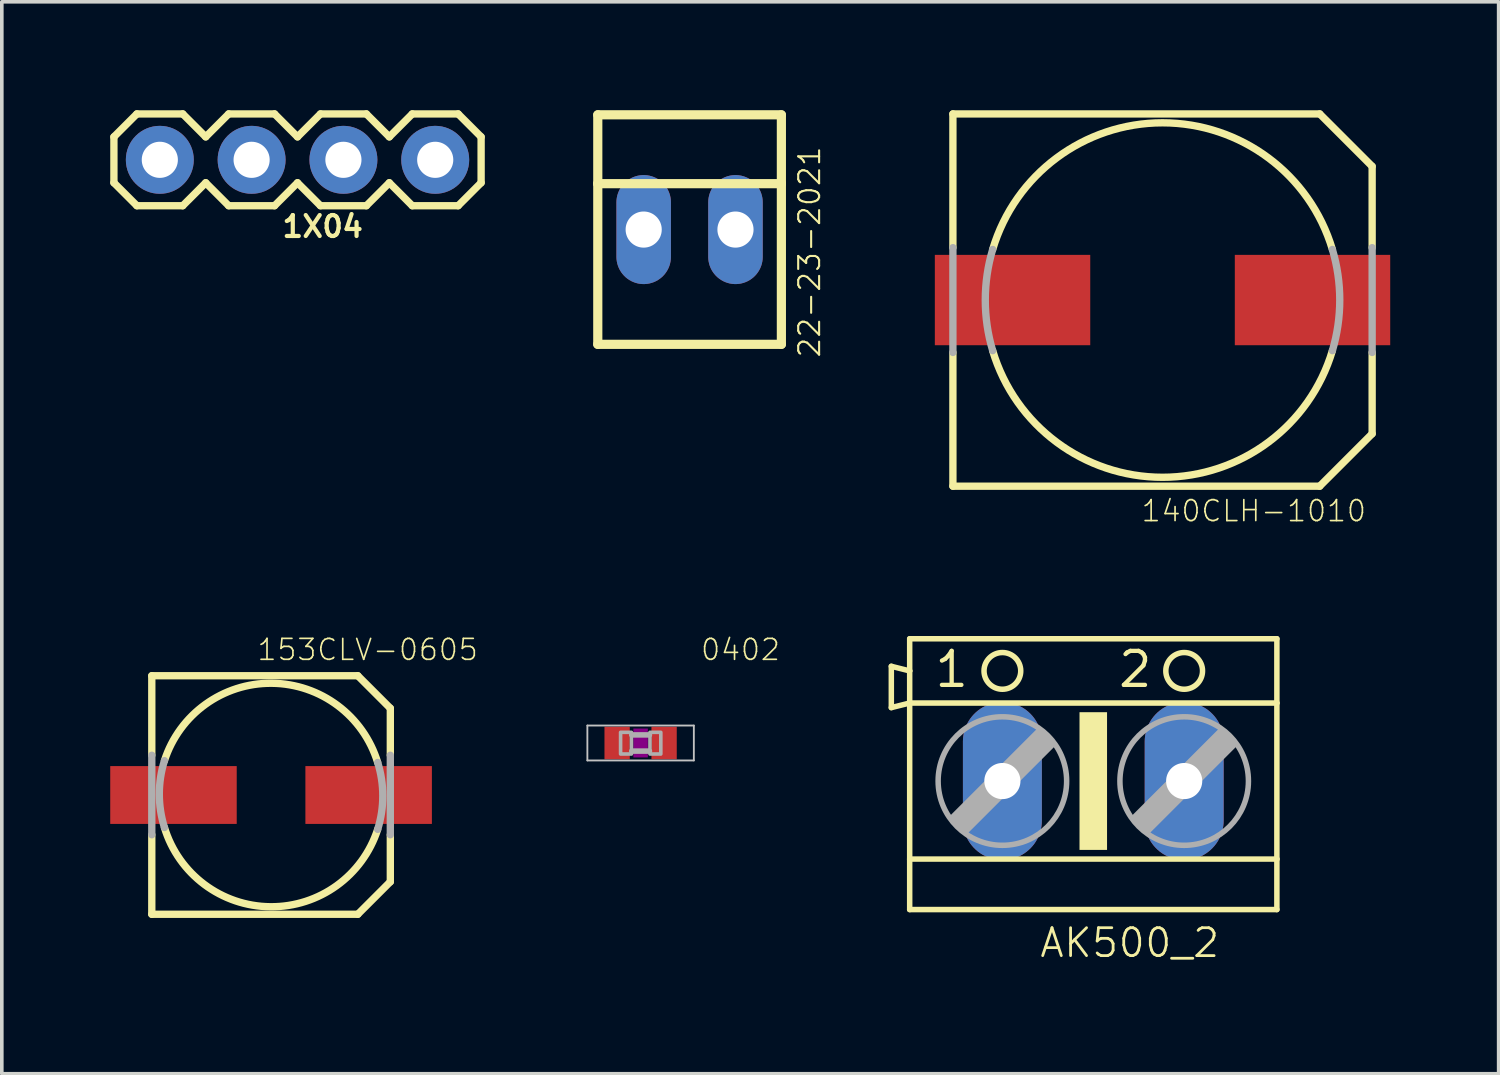
<source format=kicad_pcb>
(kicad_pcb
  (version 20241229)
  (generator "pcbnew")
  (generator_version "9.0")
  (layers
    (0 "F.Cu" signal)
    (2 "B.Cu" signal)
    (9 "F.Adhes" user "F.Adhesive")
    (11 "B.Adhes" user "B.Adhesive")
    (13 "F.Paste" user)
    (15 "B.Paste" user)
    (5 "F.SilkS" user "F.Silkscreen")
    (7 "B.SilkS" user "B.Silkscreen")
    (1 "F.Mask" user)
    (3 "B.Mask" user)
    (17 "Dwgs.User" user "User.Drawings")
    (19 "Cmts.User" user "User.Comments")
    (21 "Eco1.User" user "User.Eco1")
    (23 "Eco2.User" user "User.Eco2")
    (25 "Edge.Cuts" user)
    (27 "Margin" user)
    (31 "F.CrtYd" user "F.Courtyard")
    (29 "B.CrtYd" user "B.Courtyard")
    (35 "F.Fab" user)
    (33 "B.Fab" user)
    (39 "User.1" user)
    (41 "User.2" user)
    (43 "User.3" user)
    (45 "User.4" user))
  (footprint "1X04"
    (layer "F.Cu")
    (at 1.372 1.372)
    (property "Reference" "1X04" (at 3.327 2.184 180) (layer "F.SilkS") (effects (font (size 0.579 0.579) (thickness 0.116)) (justify left bottom)))
    (attr through_hole)
    (fp_line (start -1.27 -0.635) (end -1.27 0.635) (stroke (width 0.203) (type solid)) (layer "F.SilkS"))
    (fp_line (start -1.27 0.635) (end -0.635 1.27) (stroke (width 0.203) (type solid)) (layer "F.SilkS"))
    (fp_line (start -0.635 -1.27) (end -1.27 -0.635) (stroke (width 0.203) (type solid)) (layer "F.SilkS"))
    (fp_line (start -0.635 -1.27) (end 0.635 -1.27) (stroke (width 0.203) (type solid)) (layer "F.SilkS"))
    (fp_line (start 0.635 -1.27) (end 1.27 -0.635) (stroke (width 0.203) (type solid)) (layer "F.SilkS"))
    (fp_line (start 0.635 1.27) (end -0.635 1.27) (stroke (width 0.203) (type solid)) (layer "F.SilkS"))
    (fp_line (start 1.27 -0.635) (end 1.905 -1.27) (stroke (width 0.203) (type solid)) (layer "F.SilkS"))
    (fp_line (start 1.27 0.635) (end 0.635 1.27) (stroke (width 0.203) (type solid)) (layer "F.SilkS"))
    (fp_line (start 1.905 -1.27) (end 3.175 -1.27) (stroke (width 0.203) (type solid)) (layer "F.SilkS"))
    (fp_line (start 1.905 1.27) (end 1.27 0.635) (stroke (width 0.203) (type solid)) (layer "F.SilkS"))
    (fp_line (start 3.175 -1.27) (end 3.81 -0.635) (stroke (width 0.203) (type solid)) (layer "F.SilkS"))
    (fp_line (start 3.175 1.27) (end 1.905 1.27) (stroke (width 0.203) (type solid)) (layer "F.SilkS"))
    (fp_line (start 3.81 -0.635) (end 4.445 -1.27) (stroke (width 0.203) (type solid)) (layer "F.SilkS"))
    (fp_line (start 3.81 0.635) (end 3.175 1.27) (stroke (width 0.203) (type solid)) (layer "F.SilkS"))
    (fp_line (start 4.445 -1.27) (end 5.715 -1.27) (stroke (width 0.203) (type solid)) (layer "F.SilkS"))
    (fp_line (start 4.445 1.27) (end 3.81 0.635) (stroke (width 0.203) (type solid)) (layer "F.SilkS"))
    (fp_line (start 5.715 -1.27) (end 6.35 -0.635) (stroke (width 0.203) (type solid)) (layer "F.SilkS"))
    (fp_line (start 5.715 1.27) (end 4.445 1.27) (stroke (width 0.203) (type solid)) (layer "F.SilkS"))
    (fp_line (start 6.35 0.635) (end 5.715 1.27) (stroke (width 0.203) (type solid)) (layer "F.SilkS"))
    (fp_line (start 6.35 0.635) (end 6.985 1.27) (stroke (width 0.203) (type solid)) (layer "F.SilkS"))
    (fp_line (start 6.985 -1.27) (end 6.35 -0.635) (stroke (width 0.203) (type solid)) (layer "F.SilkS"))
    (fp_line (start 6.985 -1.27) (end 8.255 -1.27) (stroke (width 0.203) (type solid)) (layer "F.SilkS"))
    (fp_line (start 8.255 -1.27) (end 8.89 -0.635) (stroke (width 0.203) (type solid)) (layer "F.SilkS"))
    (fp_line (start 8.255 1.27) (end 6.985 1.27) (stroke (width 0.203) (type solid)) (layer "F.SilkS"))
    (fp_line (start 8.89 -0.635) (end 8.89 0.635) (stroke (width 0.203) (type solid)) (layer "F.SilkS"))
    (fp_line (start 8.89 0.635) (end 8.255 1.27) (stroke (width 0.203) (type solid)) (layer "F.SilkS"))
    (fp_poly (pts (xy -0.254 0.254) (xy 0.254 0.254) (xy 0.254 -0.254) (xy -0.254 -0.254)) (stroke (width 0.1) (type solid)) (fill no) (layer "F.Fab"))
    (fp_poly (pts (xy 2.286 0.254) (xy 2.794 0.254) (xy 2.794 -0.254) (xy 2.286 -0.254)) (stroke (width 0.1) (type solid)) (fill no) (layer "F.Fab"))
    (fp_poly (pts (xy 4.826 0.254) (xy 5.334 0.254) (xy 5.334 -0.254) (xy 4.826 -0.254)) (stroke (width 0.1) (type solid)) (fill no) (layer "F.Fab"))
    (fp_poly (pts (xy 7.366 0.254) (xy 7.874 0.254) (xy 7.874 -0.254) (xy 7.366 -0.254)) (stroke (width 0.1) (type solid)) (fill no) (layer "F.Fab"))
    (pad "1" thru_hole circle (at 0 0 90) (size 1.88 1.88) (drill 1) (layers "*.Cu" "*.Mask"))
    (pad "2" thru_hole circle (at 2.54 0 90) (size 1.88 1.88) (drill 1) (layers "*.Cu" "*.Mask"))
    (pad "3" thru_hole circle (at 5.08 0 90) (size 1.88 1.88) (drill 1) (layers "*.Cu" "*.Mask"))
    (pad "4" thru_hole circle (at 7.62 0 90) (size 1.88 1.88) (drill 1) (layers "*.Cu" "*.Mask")))
  (footprint "22-23-2021"
    (layer "F.Cu")
    (at 16.03 3.302)
    (property "Reference" "22-23-2021" (at 3.658 3.581 90) (layer "F.SilkS") (effects (font (size 0.579 0.579) (thickness 0.058)) (justify left bottom)))
    (attr through_hole)
    (fp_line (start -2.54 -3.175) (end 2.54 -3.175) (stroke (width 0.254) (type solid)) (layer "F.SilkS"))
    (fp_line (start -2.54 -1.27) (end -2.54 -3.175) (stroke (width 0.254) (type solid)) (layer "F.SilkS"))
    (fp_line (start -2.54 -1.27) (end 2.54 -1.27) (stroke (width 0.254) (type solid)) (layer "F.SilkS"))
    (fp_line (start -2.54 3.175) (end -2.54 -1.27) (stroke (width 0.254) (type solid)) (layer "F.SilkS"))
    (fp_line (start 2.54 -3.175) (end 2.54 -1.27) (stroke (width 0.254) (type solid)) (layer "F.SilkS"))
    (fp_line (start 2.54 -1.27) (end 2.54 3.175) (stroke (width 0.254) (type solid)) (layer "F.SilkS"))
    (fp_line (start 2.54 3.175) (end -2.54 3.175) (stroke (width 0.254) (type solid)) (layer "F.SilkS"))
    (pad "1" thru_hole oval (at -1.27 0 90) (size 3.016 1.508) (drill 1) (layers "*.Cu" "*.Mask"))
    (pad "2" thru_hole oval (at 1.27 0 90) (size 3.016 1.508) (drill 1) (layers "*.Cu" "*.Mask")))
  (footprint "140CLH-1010"
    (layer "F.Cu")
    (at 29.116 5.252)
    (property "Reference" "140CLH-1010" (at -0.621 6.174 180) (layer "F.SilkS") (effects (font (size 0.579 0.579) (thickness 0.046)) (justify left bottom)))
    (attr through_hole)
    (fp_line (start -5.8 -5.15) (end 4.35 -5.15) (stroke (width 0.203) (type solid)) (layer "F.SilkS"))
    (fp_line (start -5.8 -1.45) (end -5.8 -5.15) (stroke (width 0.203) (type solid)) (layer "F.SilkS"))
    (fp_line (start -5.8 5.15) (end -5.8 1.45) (stroke (width 0.203) (type solid)) (layer "F.SilkS"))
    (fp_line (start 4.35 5.15) (end -5.8 5.15) (stroke (width 0.203) (type solid)) (layer "F.SilkS"))
    (fp_line (start 5.8 -3.7) (end 4.35 -5.15) (stroke (width 0.203) (type solid)) (layer "F.SilkS"))
    (fp_line (start 5.8 -3.7) (end 5.8 -1.45) (stroke (width 0.203) (type solid)) (layer "F.SilkS"))
    (fp_line (start 5.8 1.45) (end 5.8 3.7) (stroke (width 0.203) (type solid)) (layer "F.SilkS"))
    (fp_line (start 5.8 3.7) (end 4.35 5.15) (stroke (width 0.203) (type solid)) (layer "F.SilkS"))
    (fp_arc (start -4.7 -1.4) (mid 0 -4.90408) (end 4.7 -1.4) (stroke (width 0.2032) (type solid)) (layer "F.SilkS"))
    (fp_arc (start 4.7 1.4) (mid 0 4.90408) (end -4.7 1.4) (stroke (width 0.2032) (type solid)) (layer "F.SilkS"))
    (fp_line (start -5.8 1.45) (end -5.8 -1.45) (stroke (width 0.203) (type solid)) (layer "F.Fab"))
    (fp_line (start 5.8 -1.45) (end 5.8 1.45) (stroke (width 0.203) (type solid)) (layer "F.Fab"))
    (fp_arc (start -4.7 1.4) (mid -4.90408 0) (end -4.7 -1.4) (stroke (width 0.2032) (type solid)) (layer "F.Fab"))
    (fp_arc (start 4.7 -1.4) (mid 4.90408 0) (end 4.7 1.4) (stroke (width 0.2032) (type solid)) (layer "F.Fab"))
    (pad "+" smd rect (at 4.15 0) (size 4.3 2.5) (layers "F.Cu" "F.Mask" "F.Paste"))
    (pad "-" smd rect (at -4.15 0) (size 4.3 2.5) (layers "F.Cu" "F.Mask" "F.Paste")))
  (footprint "0402"
    (layer "F.Cu")
    (at 14.675 17.508)
    (property "Reference" "0402" (at 1.631 -2.242 0) (layer "F.SilkS") (effects (font (size 0.579 0.579) (thickness 0.046)) (justify left bottom)))
    (attr through_hole)
    (fp_poly (pts (xy -0.2 0.4) (xy 0.2 0.4) (xy 0.2 -0.4) (xy -0.2 -0.4)) (stroke (width 0) (type solid)) (fill yes) (layer "F.Adhes"))
    (fp_line (start -1.473 -0.483) (end 1.473 -0.483) (stroke (width 0.051) (type solid)) (layer "Dwgs.User"))
    (fp_line (start -1.473 0.483) (end -1.473 -0.483) (stroke (width 0.051) (type solid)) (layer "Dwgs.User"))
    (fp_line (start 1.473 -0.483) (end 1.473 0.483) (stroke (width 0.051) (type solid)) (layer "Dwgs.User"))
    (fp_line (start 1.473 0.483) (end -1.473 0.483) (stroke (width 0.051) (type solid)) (layer "Dwgs.User"))
    (fp_line (start -0.245 -0.224) (end 0.245 -0.224) (stroke (width 0.152) (type solid)) (layer "F.Fab"))
    (fp_line (start 0.245 0.224) (end -0.245 0.224) (stroke (width 0.152) (type solid)) (layer "F.Fab"))
    (fp_poly (pts (xy -0.554 0.305) (xy -0.254 0.305) (xy -0.254 -0.295) (xy -0.554 -0.295)) (stroke (width 0.1) (type solid)) (fill no) (layer "F.Fab"))
    (fp_poly (pts (xy 0.259 0.305) (xy 0.559 0.305) (xy 0.559 -0.295) (xy 0.259 -0.295)) (stroke (width 0.1) (type solid)) (fill no) (layer "F.Fab"))
    (pad "1" smd rect (at -0.65 0) (size 0.7 0.9) (layers "F.Cu" "F.Mask" "F.Paste"))
    (pad "2" smd rect (at 0.65 0) (size 0.7 0.9) (layers "F.Cu" "F.Mask" "F.Paste")))
  (footprint "153CLV-0605"
    (layer "F.Cu")
    (at 4.45 18.947)
    (property "Reference" "153CLV-0605" (at -0.418 -3.681 180) (layer "F.SilkS") (effects (font (size 0.579 0.579) (thickness 0.046)) (justify left bottom)))
    (attr through_hole)
    (fp_line (start -3.3 -3.3) (end 2.4 -3.3) (stroke (width 0.203) (type solid)) (layer "F.SilkS"))
    (fp_line (start -3.3 -1.1) (end -3.3 -3.3) (stroke (width 0.203) (type solid)) (layer "F.SilkS"))
    (fp_line (start -3.3 3.3) (end -3.3 1.1) (stroke (width 0.203) (type solid)) (layer "F.SilkS"))
    (fp_line (start 2.4 -3.3) (end 3.3 -2.4) (stroke (width 0.203) (type solid)) (layer "F.SilkS"))
    (fp_line (start 2.4 3.3) (end -3.3 3.3) (stroke (width 0.203) (type solid)) (layer "F.SilkS"))
    (fp_line (start 3.3 -2.4) (end 3.3 -1.1) (stroke (width 0.203) (type solid)) (layer "F.SilkS"))
    (fp_line (start 3.3 1.1) (end 3.3 2.4) (stroke (width 0.203) (type solid)) (layer "F.SilkS"))
    (fp_line (start 3.3 2.4) (end 2.4 3.3) (stroke (width 0.203) (type solid)) (layer "F.SilkS"))
    (fp_arc (start -2.95 -0.95) (mid 0.018362 -3.091623) (end 2.950002 -0.900001) (stroke (width 0.2032) (type solid)) (layer "F.SilkS"))
    (fp_arc (start 2.949998 0.949999) (mid -0.018362 3.09162) (end -2.95 0.9) (stroke (width 0.2032) (type solid)) (layer "F.SilkS"))
    (fp_line (start -3.3 1.1) (end -3.3 -1.1) (stroke (width 0.203) (type solid)) (layer "F.Fab"))
    (fp_line (start 3.3 -1.1) (end 3.3 1.1) (stroke (width 0.203) (type solid)) (layer "F.Fab"))
    (fp_arc (start -2.95 0.9) (mid -3.091622 -0.025) (end -2.95 -0.95) (stroke (width 0.2032) (type solid)) (layer "F.Fab"))
    (fp_arc (start 2.95 -0.9) (mid 3.091622 0.025) (end 2.95 0.95) (stroke (width 0.2032) (type solid)) (layer "F.Fab"))
    (pad "+" smd rect (at 2.7 0) (size 3.5 1.6) (layers "F.Cu" "F.Mask" "F.Paste"))
    (pad "-" smd rect (at -2.7 0) (size 3.5 1.6) (layers "F.Cu" "F.Mask" "F.Paste")))
  (footprint "AK500_2"
    (layer "F.Cu")
    (at 27.2 18.561)
    (property "Reference" "AK500_2" (at -1.524 4.928 0) (layer "F.SilkS") (effects (font (size 0.772 0.772) (thickness 0.077)) (justify left bottom)))
    (attr through_hole)
    (fp_line (start -5.588 -3.175) (end -5.588 -2.032) (stroke (width 0.152) (type solid)) (layer "F.SilkS"))
    (fp_line (start -5.588 -2.032) (end -5.08 -2.159) (stroke (width 0.152) (type solid)) (layer "F.SilkS"))
    (fp_line (start -5.08 -3.048) (end -5.588 -3.175) (stroke (width 0.152) (type solid)) (layer "F.SilkS"))
    (fp_line (start -5.08 -3.048) (end -5.08 -3.937) (stroke (width 0.152) (type solid)) (layer "F.SilkS"))
    (fp_line (start -5.08 -2.159) (end -5.08 -3.048) (stroke (width 0.152) (type solid)) (layer "F.SilkS"))
    (fp_line (start -5.08 -2.159) (end 5.08 -2.159) (stroke (width 0.152) (type solid)) (layer "F.SilkS"))
    (fp_line (start -5.08 2.159) (end -5.08 -2.159) (stroke (width 0.152) (type solid)) (layer "F.SilkS"))
    (fp_line (start -5.08 2.159) (end 5.08 2.159) (stroke (width 0.152) (type solid)) (layer "F.SilkS"))
    (fp_line (start -5.08 3.556) (end -5.08 2.159) (stroke (width 0.152) (type solid)) (layer "F.SilkS"))
    (fp_line (start -5.08 3.556) (end 5.08 3.556) (stroke (width 0.152) (type solid)) (layer "F.SilkS"))
    (fp_line (start 5.08 -3.937) (end -5.08 -3.937) (stroke (width 0.152) (type solid)) (layer "F.SilkS"))
    (fp_line (start 5.08 -3.937) (end 5.08 -2.159) (stroke (width 0.152) (type solid)) (layer "F.SilkS"))
    (fp_line (start 5.08 -2.159) (end 5.08 2.159) (stroke (width 0.152) (type solid)) (layer "F.SilkS"))
    (fp_line (start 5.08 2.159) (end 5.08 3.556) (stroke (width 0.152) (type solid)) (layer "F.SilkS"))
    (fp_circle (center -2.515 -3.048) (end -2.007 -3.048) (stroke (width 0.152) (type solid)) (fill no) (layer "F.SilkS"))
    (fp_circle (center 2.515 -3.048) (end 3.023 -3.048) (stroke (width 0.152) (type solid)) (fill no) (layer "F.SilkS"))
    (fp_poly (pts (xy -0.381 1.905) (xy 0.381 1.905) (xy 0.381 -1.905) (xy -0.381 -1.905)) (stroke (width 0) (type solid)) (fill yes) (layer "F.SilkS"))
    (fp_line (start -3.912 1.016) (end -3.531 1.397) (stroke (width 0.152) (type solid)) (layer "F.Fab"))
    (fp_line (start -3.912 1.016) (end -1.499 -1.397) (stroke (width 0.152) (type solid)) (layer "F.Fab"))
    (fp_line (start -3.531 1.016) (end -1.499 -1.016) (stroke (width 0.61) (type solid)) (layer "F.Fab"))
    (fp_line (start -3.531 1.397) (end -1.118 -1.016) (stroke (width 0.152) (type solid)) (layer "F.Fab"))
    (fp_line (start -1.499 -1.397) (end -1.118 -1.016) (stroke (width 0.152) (type solid)) (layer "F.Fab"))
    (fp_line (start 1.118 1.016) (end 1.499 1.397) (stroke (width 0.152) (type solid)) (layer "F.Fab"))
    (fp_line (start 1.118 1.016) (end 3.531 -1.397) (stroke (width 0.152) (type solid)) (layer "F.Fab"))
    (fp_line (start 1.499 1.016) (end 3.531 -1.016) (stroke (width 0.61) (type solid)) (layer "F.Fab"))
    (fp_line (start 1.499 1.397) (end 3.912 -1.016) (stroke (width 0.152) (type solid)) (layer "F.Fab"))
    (fp_line (start 3.531 -1.397) (end 3.912 -1.016) (stroke (width 0.152) (type solid)) (layer "F.Fab"))
    (fp_circle (center -2.515 0) (end -0.737 0) (stroke (width 0.152) (type solid)) (fill no) (layer "F.Fab"))
    (fp_circle (center 2.515 0) (end 4.293 0) (stroke (width 0.152) (type solid)) (fill no) (layer "F.Fab"))
    (fp_text user "1" (at -4.445 -2.54 0) (layer "F.SilkS") (effects (font (size 0.941 0.941) (thickness 0.119)) (justify left bottom)))
    (fp_text user "2" (at 0.635 -2.54 0) (layer "F.SilkS") (effects (font (size 0.941 0.941) (thickness 0.119)) (justify left bottom)))
    (pad "1" thru_hole oval (at -2.515 0 90) (size 4.369 2.184) (drill 1) (layers "*.Cu" "*.Mask"))
    (pad "2" thru_hole oval (at 2.515 0 90) (size 4.369 2.184) (drill 1) (layers "*.Cu" "*.Mask")))
  (gr_rect
    (start -3 -3)
    (end 38.416 26.66)
    (stroke (width 0.1) (type default))
    (fill no)
    (layer "Edge.Cuts")))
</source>
